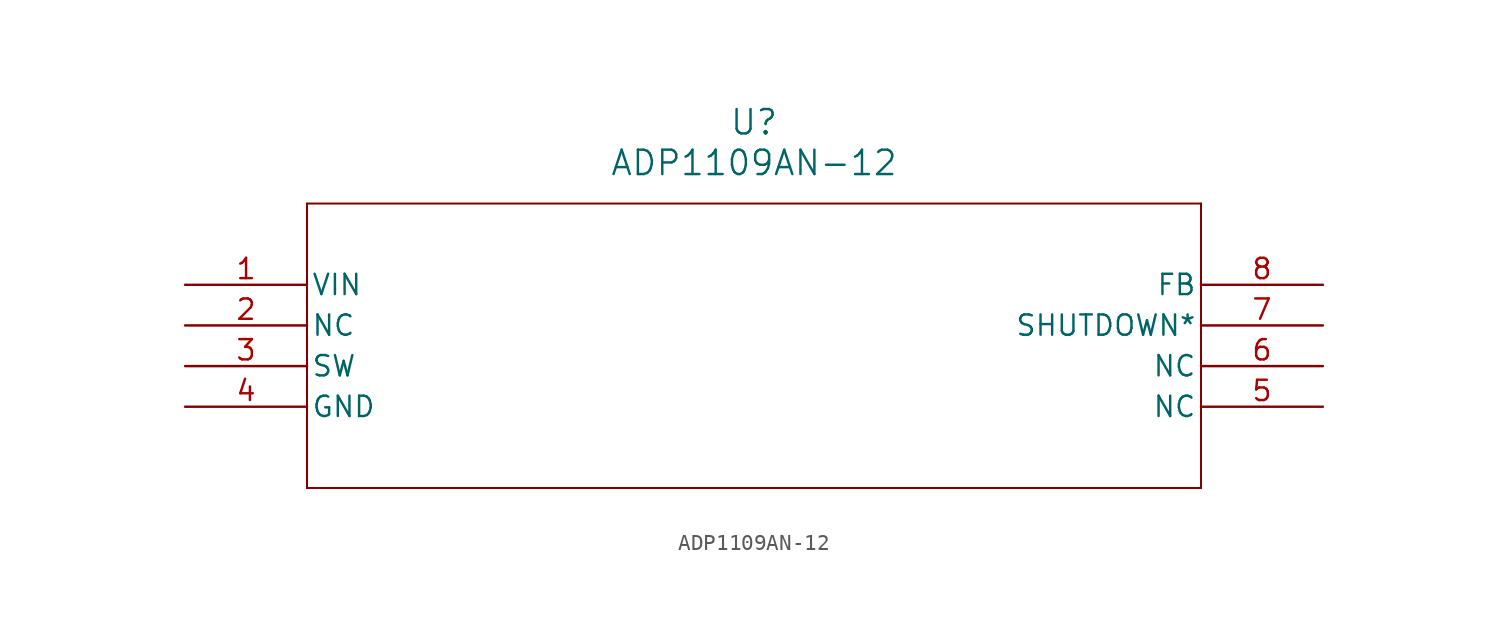
<source format=kicad_sym>
(kicad_symbol_lib
  (version 20211014)
  (generator kicad_symbol_editor)
  (symbol "ADP1109AN-12"
    (pin_names
      (offset 0.254))
    (property "Reference" "U"
      (at 35.56 10.16 0)
      (effects (font (size 1.524 1.524))))
    (property "Value" "ADP1109AN-12"
      (at 35.56 7.62 0)
      (effects (font (size 1.524 1.524))))
    (symbol "ADP1109AN-12_0_1"
      (polyline (pts (xy 7.62 5.08) (xy 7.62 -12.7)) (stroke (width 0.127) (type default) (color 0 0 0 0)) (fill (type none)))
      (polyline (pts (xy 7.62 -12.7) (xy 63.5 -12.7)) (stroke (width 0.127) (type default) (color 0 0 0 0)) (fill (type none)))
      (polyline (pts (xy 63.5 -12.7) (xy 63.5 5.08)) (stroke (width 0.127) (type default) (color 0 0 0 0)) (fill (type none)))
      (polyline (pts (xy 63.5 5.08) (xy 7.62 5.08)) (stroke (width 0.127) (type default) (color 0 0 0 0)) (fill (type none)))
      (pin unspecified line (at 0 0 0) (length 7.62) (name "VIN" (effects (font (size 1.27 1.27)))) (number "1" (effects (font (size 1.27 1.27)))))
      (pin unspecified line (at 0 -2.54 0) (length 7.62) (name "NC" (effects (font (size 1.27 1.27)))) (number "2" (effects (font (size 1.27 1.27)))))
      (pin unspecified line (at 0 -5.08 0) (length 7.62) (name "SW" (effects (font (size 1.27 1.27)))) (number "3" (effects (font (size 1.27 1.27)))))
      (pin unspecified line (at 0 -7.62 0) (length 7.62) (name "GND" (effects (font (size 1.27 1.27)))) (number "4" (effects (font (size 1.27 1.27)))))
      (pin unspecified line (at 71.12 -7.62 180) (length 7.62) (name "NC" (effects (font (size 1.27 1.27)))) (number "5" (effects (font (size 1.27 1.27)))))
      (pin unspecified line (at 71.12 -5.08 180) (length 7.62) (name "NC" (effects (font (size 1.27 1.27)))) (number "6" (effects (font (size 1.27 1.27)))))
      (pin unspecified line (at 71.12 -2.54 180) (length 7.62) (name "SHUTDOWN*" (effects (font (size 1.27 1.27)))) (number "7" (effects (font (size 1.27 1.27)))))
      (pin unspecified line (at 71.12 0 180) (length 7.62) (name "FB" (effects (font (size 1.27 1.27)))) (number "8" (effects (font (size 1.27 1.27))))))))
</source>
